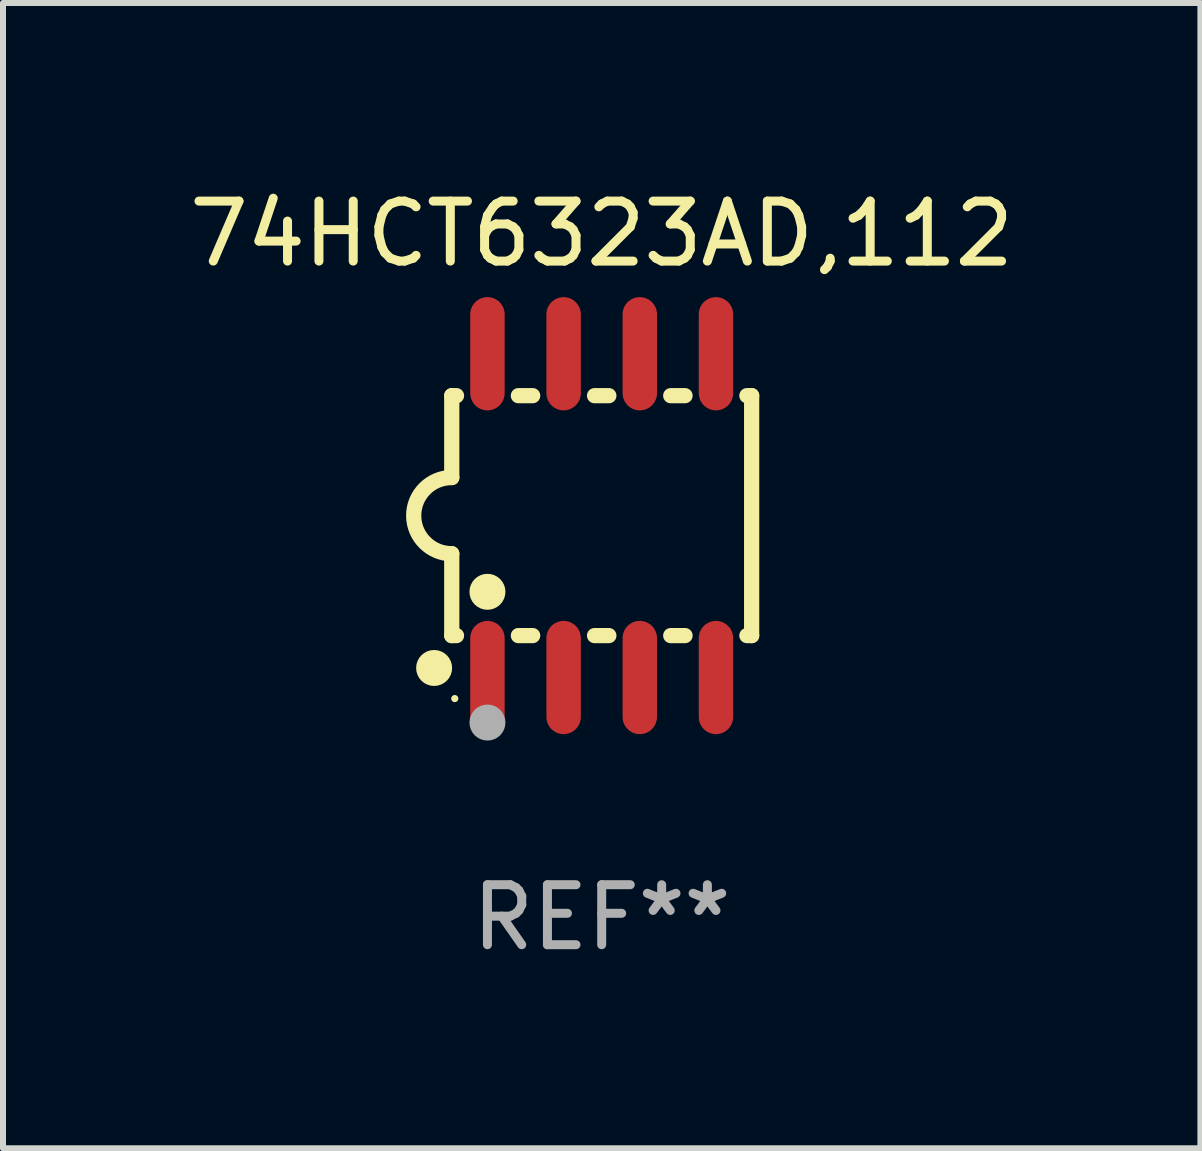
<source format=kicad_pcb>
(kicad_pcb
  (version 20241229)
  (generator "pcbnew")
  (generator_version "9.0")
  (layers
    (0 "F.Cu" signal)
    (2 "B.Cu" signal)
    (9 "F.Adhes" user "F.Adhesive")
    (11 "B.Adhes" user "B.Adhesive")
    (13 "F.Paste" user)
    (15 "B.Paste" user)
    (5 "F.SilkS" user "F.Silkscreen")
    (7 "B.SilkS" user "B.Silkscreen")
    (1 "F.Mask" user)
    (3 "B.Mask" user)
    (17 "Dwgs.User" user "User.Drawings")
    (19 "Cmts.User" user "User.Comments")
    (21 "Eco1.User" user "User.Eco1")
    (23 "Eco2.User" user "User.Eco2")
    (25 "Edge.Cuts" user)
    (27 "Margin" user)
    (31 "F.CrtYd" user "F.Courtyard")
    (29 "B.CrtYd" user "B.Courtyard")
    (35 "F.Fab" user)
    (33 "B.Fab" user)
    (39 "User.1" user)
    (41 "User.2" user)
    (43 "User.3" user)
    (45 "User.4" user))
  (footprint "74HCT6323AD,112"
    (layer "F.Cu")
    (at 6.982 5.547)
    (property "Reference" "74HCT6323AD,112" (at 0 -4.699 0) (layer "F.SilkS") (effects (font (size 1 1) (thickness 0.15))))
    (attr through_hole)
    (fp_line (start -2.5 -2) (end -2.5 -0.635) (stroke (width 0.254) (type solid)) (layer "F.SilkS"))
    (fp_line (start -2.5 -2) (end -2.421 -2) (stroke (width 0.254) (type solid)) (layer "F.SilkS"))
    (fp_line (start -2.5 2) (end -2.5 0.635) (stroke (width 0.254) (type solid)) (layer "F.SilkS"))
    (fp_line (start -2.5 2) (end -2.421 2) (stroke (width 0.254) (type solid)) (layer "F.SilkS"))
    (fp_line (start -1.389 -2) (end -1.151 -2) (stroke (width 0.254) (type solid)) (layer "F.SilkS"))
    (fp_line (start -1.389 2) (end -1.151 2) (stroke (width 0.254) (type solid)) (layer "F.SilkS"))
    (fp_line (start -0.119 -2) (end 0.119 -2) (stroke (width 0.254) (type solid)) (layer "F.SilkS"))
    (fp_line (start -0.119 2) (end 0.119 2) (stroke (width 0.254) (type solid)) (layer "F.SilkS"))
    (fp_line (start 1.151 -2) (end 1.389 -2) (stroke (width 0.254) (type solid)) (layer "F.SilkS"))
    (fp_line (start 1.151 2) (end 1.389 2) (stroke (width 0.254) (type solid)) (layer "F.SilkS"))
    (fp_line (start 2.421 -2) (end 2.5 -2) (stroke (width 0.254) (type solid)) (layer "F.SilkS"))
    (fp_line (start 2.421 2) (end 2.5 2) (stroke (width 0.254) (type solid)) (layer "F.SilkS"))
    (fp_line (start 2.5 -2) (end 2.5 2) (stroke (width 0.254) (type solid)) (layer "F.SilkS"))
    (fp_arc (start -2.5 0.635001) (mid -3.134366 -0.000318) (end -2.499365 -0.635001) (stroke (width 0.254001) (type solid)) (layer "F.SilkS"))
    (fp_circle (center -2.794 2.54) (end -2.644 2.54) (stroke (width 0.3) (type solid)) (fill no) (layer "F.SilkS"))
    (fp_circle (center -2.45 3.05) (end -2.42 3.05) (stroke (width 0.06) (type solid)) (fill no) (layer "F.SilkS"))
    (fp_circle (center -1.905 1.27) (end -1.755 1.27) (stroke (width 0.3) (type solid)) (fill no) (layer "F.SilkS"))
    (fp_circle (center -1.905 3.45) (end -1.755 3.45) (stroke (width 0.3) (type solid)) (fill no) (layer "F.Fab"))
    (fp_text user "REF**" (at 0 6.699 0) (layer "F.Fab") (effects (font (size 1 1) (thickness 0.15))))
    (pad "1" smd oval (at -1.905 2.699) (size 0.574 1.888) (layers "F.Cu" "F.Mask" "F.Paste"))
    (pad "2" smd oval (at -0.635 2.699) (size 0.574 1.888) (layers "F.Cu" "F.Mask" "F.Paste"))
    (pad "3" smd oval (at 0.635 2.699) (size 0.574 1.888) (layers "F.Cu" "F.Mask" "F.Paste"))
    (pad "4" smd oval (at 1.905 2.699) (size 0.574 1.888) (layers "F.Cu" "F.Mask" "F.Paste"))
    (pad "5" smd oval (at 1.905 -2.699) (size 0.574 1.888) (layers "F.Cu" "F.Mask" "F.Paste"))
    (pad "6" smd oval (at 0.635 -2.699) (size 0.574 1.888) (layers "F.Cu" "F.Mask" "F.Paste"))
    (pad "7" smd oval (at -0.635 -2.699) (size 0.574 1.888) (layers "F.Cu" "F.Mask" "F.Paste"))
    (pad "8" smd oval (at -1.905 -2.699) (size 0.574 1.888) (layers "F.Cu" "F.Mask" "F.Paste")))
  (gr_rect
    (start -3 -3)
    (end 16.964 16.095)
    (stroke (width 0.1) (type default))
    (fill no)
    (layer "Edge.Cuts")))
</source>
